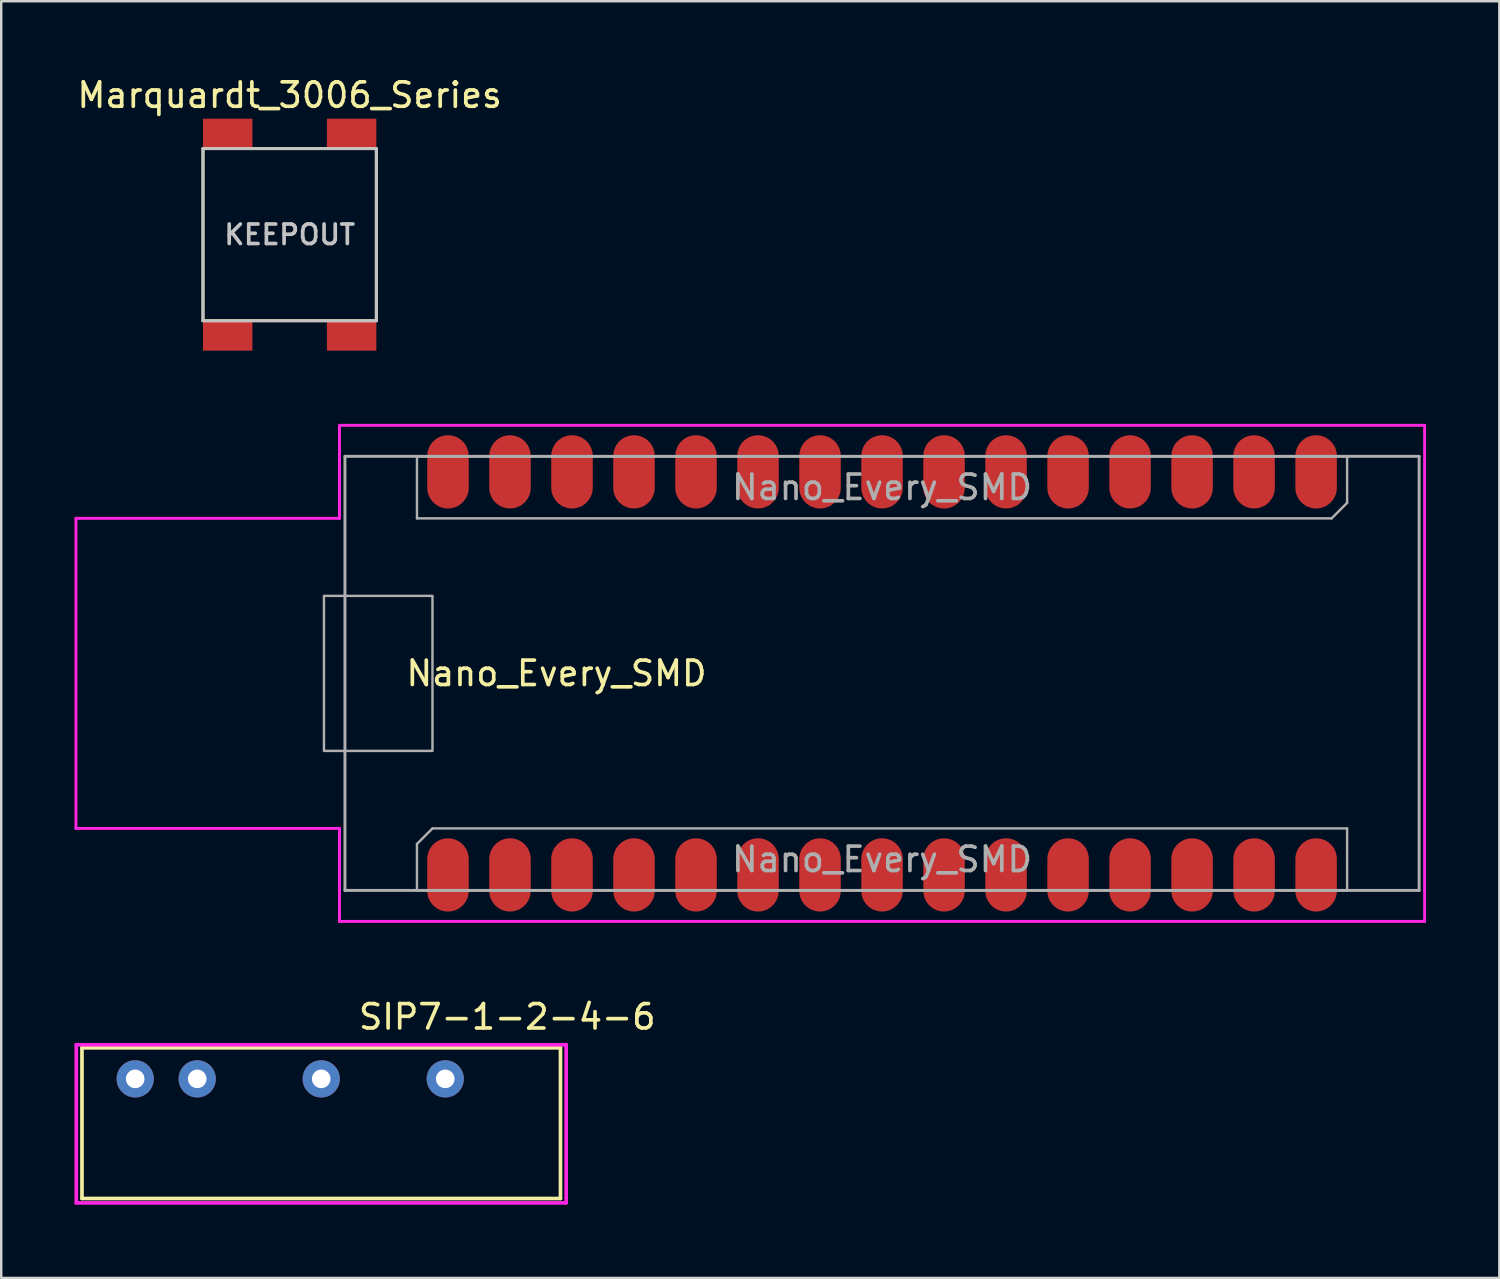
<source format=kicad_pcb>
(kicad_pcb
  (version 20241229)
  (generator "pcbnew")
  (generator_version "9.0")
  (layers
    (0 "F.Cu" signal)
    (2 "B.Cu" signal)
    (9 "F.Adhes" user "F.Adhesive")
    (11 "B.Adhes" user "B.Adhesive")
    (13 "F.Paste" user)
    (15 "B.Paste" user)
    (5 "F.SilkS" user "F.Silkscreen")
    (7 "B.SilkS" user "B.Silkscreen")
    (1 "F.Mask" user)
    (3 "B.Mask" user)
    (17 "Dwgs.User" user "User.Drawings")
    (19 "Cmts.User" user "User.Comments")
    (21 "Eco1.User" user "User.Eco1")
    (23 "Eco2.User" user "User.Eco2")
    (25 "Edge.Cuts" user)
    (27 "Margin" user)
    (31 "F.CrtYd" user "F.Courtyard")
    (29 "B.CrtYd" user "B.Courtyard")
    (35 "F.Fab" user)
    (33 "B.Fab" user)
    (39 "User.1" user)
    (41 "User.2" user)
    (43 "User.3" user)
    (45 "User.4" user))
  (footprint "Nano_Every_SMD"
    (layer "F.Cu")
    (at 33.08 24.533)
    (property "Reference" "Nano_Every_SMD" (at -13.335 0 0) (layer "F.SilkS") (effects (font (size 1 1) (thickness 0.15))))
    (attr through_hole)
    (fp_line (start -33.02 -6.35) (end -22.225 -6.35) (stroke (width 0.12) (type solid)) (layer "F.CrtYd"))
    (fp_line (start -33.02 6.35) (end -33.02 -6.35) (stroke (width 0.12) (type solid)) (layer "F.CrtYd"))
    (fp_line (start -22.225 -10.16) (end 22.225 -10.16) (stroke (width 0.12) (type solid)) (layer "F.CrtYd"))
    (fp_line (start -22.225 -6.35) (end -22.225 -10.16) (stroke (width 0.12) (type solid)) (layer "F.CrtYd"))
    (fp_line (start -22.225 6.35) (end -33.02 6.35) (stroke (width 0.12) (type solid)) (layer "F.CrtYd"))
    (fp_line (start -22.225 10.16) (end -22.225 6.35) (stroke (width 0.12) (type solid)) (layer "F.CrtYd"))
    (fp_line (start 22.225 -10.16) (end 22.225 10.16) (stroke (width 0.12) (type solid)) (layer "F.CrtYd"))
    (fp_line (start 22.225 10.16) (end -22.225 10.16) (stroke (width 0.12) (type solid)) (layer "F.CrtYd"))
    (fp_line (start -22 -8.89) (end 22 -8.89) (stroke (width 0.12) (type solid)) (layer "F.Fab"))
    (fp_line (start -22 8.89) (end -22 -8.89) (stroke (width 0.12) (type solid)) (layer "F.Fab"))
    (fp_line (start -22 8.89) (end 22 8.89) (stroke (width 0.12) (type solid)) (layer "F.Fab"))
    (fp_line (start -19.05 -8.89) (end 19.05 -8.89) (stroke (width 0.1) (type solid)) (layer "F.Fab"))
    (fp_line (start -19.05 -6.35) (end -19.05 -8.89) (stroke (width 0.1) (type solid)) (layer "F.Fab"))
    (fp_line (start -19.05 6.985) (end -18.415 6.35) (stroke (width 0.1) (type solid)) (layer "F.Fab"))
    (fp_line (start -19.05 8.89) (end -19.05 6.985) (stroke (width 0.1) (type solid)) (layer "F.Fab"))
    (fp_line (start -18.415 6.35) (end 19.05 6.35) (stroke (width 0.1) (type solid)) (layer "F.Fab"))
    (fp_line (start 18.415 -6.35) (end -19.05 -6.35) (stroke (width 0.1) (type solid)) (layer "F.Fab"))
    (fp_line (start 19.05 -8.89) (end 19.05 -6.985) (stroke (width 0.1) (type solid)) (layer "F.Fab"))
    (fp_line (start 19.05 -6.985) (end 18.415 -6.35) (stroke (width 0.1) (type solid)) (layer "F.Fab"))
    (fp_line (start 19.05 6.35) (end 19.05 8.89) (stroke (width 0.1) (type solid)) (layer "F.Fab"))
    (fp_line (start 19.05 8.89) (end -19.05 8.89) (stroke (width 0.1) (type solid)) (layer "F.Fab"))
    (fp_line (start 22 8.89) (end 22 -8.89) (stroke (width 0.12) (type solid)) (layer "F.Fab"))
    (fp_poly (pts (xy -22.86 3.175) (xy -18.415 3.175) (xy -18.415 -3.175) (xy -22.86 -3.175)) (stroke (width 0.1) (type solid)) (fill no) (layer "F.Fab"))
    (fp_text user "${REFERENCE}" (at 0 -7.62 0) (layer "F.Fab") (effects (font (size 1 1) (thickness 0.15))))
    (fp_text user "${REFERENCE}" (at 0 7.62 180) (layer "F.Fab") (effects (font (size 1 1) (thickness 0.15))))
    (pad "1" smd oval (at -17.78 8.255 90) (size 3 1.7) (layers "F.Cu" "F.Mask"))
    (pad "2" smd oval (at -15.24 8.255 90) (size 3 1.7) (layers "F.Cu" "F.Mask"))
    (pad "3" smd oval (at -12.7 8.255 90) (size 3 1.7) (layers "F.Cu" "F.Mask"))
    (pad "4" smd oval (at -10.16 8.255 90) (size 3 1.7) (layers "F.Cu" "F.Mask"))
    (pad "5" smd oval (at -7.62 8.255 90) (size 3 1.7) (layers "F.Cu" "F.Mask"))
    (pad "6" smd oval (at -5.08 8.255 90) (size 3 1.7) (layers "F.Cu" "F.Mask"))
    (pad "7" smd oval (at -2.54 8.255 90) (size 3 1.7) (layers "F.Cu" "F.Mask"))
    (pad "8" smd oval (at 0 8.255 90) (size 3 1.7) (layers "F.Cu" "F.Mask"))
    (pad "9" smd oval (at 2.54 8.255 90) (size 3 1.7) (layers "F.Cu" "F.Mask"))
    (pad "10" smd oval (at 5.08 8.255 90) (size 3 1.7) (layers "F.Cu" "F.Mask"))
    (pad "11" smd oval (at 7.62 8.255 90) (size 3 1.7) (layers "F.Cu" "F.Mask"))
    (pad "12" smd oval (at 10.16 8.255 90) (size 3 1.7) (layers "F.Cu" "F.Mask"))
    (pad "13" smd oval (at 12.7 8.255 90) (size 3 1.7) (layers "F.Cu" "F.Mask"))
    (pad "14" smd oval (at 15.24 8.255 90) (size 3 1.7) (layers "F.Cu" "F.Mask"))
    (pad "15" smd oval (at 17.78 8.255 90) (size 3 1.7) (layers "F.Cu" "F.Mask"))
    (pad "16" smd oval (at 17.78 -8.255 270) (size 3 1.7) (layers "F.Cu" "F.Mask"))
    (pad "17" smd oval (at 15.24 -8.255 270) (size 3 1.7) (layers "F.Cu" "F.Mask"))
    (pad "18" smd oval (at 12.7 -8.255 270) (size 3 1.7) (layers "F.Cu" "F.Mask"))
    (pad "19" smd oval (at 10.16 -8.255 270) (size 3 1.7) (layers "F.Cu" "F.Mask"))
    (pad "20" smd oval (at 7.62 -8.255 270) (size 3 1.7) (layers "F.Cu" "F.Mask"))
    (pad "21" smd oval (at 5.08 -8.255 270) (size 3 1.7) (layers "F.Cu" "F.Mask"))
    (pad "22" smd oval (at 2.54 -8.255 270) (size 3 1.7) (layers "F.Cu" "F.Mask"))
    (pad "23" smd oval (at 0 -8.255 270) (size 3 1.7) (layers "F.Cu" "F.Mask"))
    (pad "24" smd oval (at -2.54 -8.255 270) (size 3 1.7) (layers "F.Cu" "F.Mask"))
    (pad "25" smd oval (at -5.08 -8.255 270) (size 3 1.7) (layers "F.Cu" "F.Mask"))
    (pad "26" smd oval (at -7.62 -8.255 270) (size 3 1.7) (layers "F.Cu" "F.Mask"))
    (pad "27" smd oval (at -10.16 -8.255 270) (size 3 1.7) (layers "F.Cu" "F.Mask"))
    (pad "28" smd oval (at -12.7 -8.255 270) (size 3 1.7) (layers "F.Cu" "F.Mask"))
    (pad "29" smd oval (at -15.24 -8.255 270) (size 3 1.7) (layers "F.Cu" "F.Mask"))
    (pad "30" smd oval (at -17.78 -8.255 270) (size 3 1.7) (layers "F.Cu" "F.Mask")))
  (footprint "SIP7-1-2-4-6"
    (layer "F.Cu")
    (at 10.108 41.142)
    (property "Reference" "SIP7-1-2-4-6" (at 7.62 -2.54 0) (layer "F.SilkS") (effects (font (size 1 1) (thickness 0.15))))
    (attr through_hole)
    (fp_line (start -9.8 -1.27) (end 9.8 -1.27) (stroke (width 0.15) (type solid)) (layer "F.SilkS"))
    (fp_line (start -9.8 4.9) (end -9.8 -1.27) (stroke (width 0.15) (type solid)) (layer "F.SilkS"))
    (fp_line (start -9.8 4.9) (end 9.8 4.9) (stroke (width 0.15) (type solid)) (layer "F.SilkS"))
    (fp_line (start 9.8 4.9) (end 9.8 -1.27) (stroke (width 0.15) (type solid)) (layer "F.SilkS"))
    (fp_line (start -10.033 -1.397) (end -10.033 5.08) (stroke (width 0.15) (type solid)) (layer "F.CrtYd"))
    (fp_line (start -10.033 5.08) (end 10.033 5.08) (stroke (width 0.15) (type solid)) (layer "F.CrtYd"))
    (fp_line (start 10.033 -1.397) (end -10.033 -1.397) (stroke (width 0.15) (type solid)) (layer "F.CrtYd"))
    (fp_line (start 10.033 5.08) (end 10.033 -1.397) (stroke (width 0.15) (type solid)) (layer "F.CrtYd"))
    (pad "1" thru_hole circle (at -7.62 0) (size 1.524 1.524) (drill 0.762) (layers "*.Cu" "*.Mask"))
    (pad "2" thru_hole circle (at -5.08 0) (size 1.524 1.524) (drill 0.762) (layers "*.Cu" "*.Mask"))
    (pad "4" thru_hole circle (at 0 0) (size 1.524 1.524) (drill 0.762) (layers "*.Cu" "*.Mask"))
    (pad "6" thru_hole circle (at 5.08 0) (size 1.524 1.524) (drill 0.762) (layers "*.Cu" "*.Mask")))
  (footprint "Marquardt_3006_Series"
    (layer "F.Cu")
    (at 8.815 6.563)
    (property "Reference" "Marquardt_3006_Series" (at 0 -5.715 0) (layer "F.SilkS") (effects (font (size 1 1) (thickness 0.15))))
    (attr through_hole)
    (fp_line (start -3.55 -3.525) (end 3.55 -3.525) (stroke (width 0.12) (type solid)) (layer "F.SilkS"))
    (fp_line (start -3.55 3.525) (end -3.55 -3.525) (stroke (width 0.12) (type solid)) (layer "F.SilkS"))
    (fp_line (start 3.55 -3.525) (end 3.55 3.525) (stroke (width 0.12) (type solid)) (layer "F.SilkS"))
    (fp_line (start 3.55 3.525) (end -3.55 3.525) (stroke (width 0.12) (type solid)) (layer "F.SilkS"))
    (fp_line (start -3.55 -3.525) (end 3.55 -3.525) (stroke (width 0.12) (type solid)) (layer "Dwgs.User"))
    (fp_line (start -3.55 3.525) (end -3.55 -3.525) (stroke (width 0.12) (type solid)) (layer "Dwgs.User"))
    (fp_line (start 3.55 -3.525) (end 3.55 3.525) (stroke (width 0.12) (type solid)) (layer "Dwgs.User"))
    (fp_line (start 3.55 3.525) (end -3.55 3.525) (stroke (width 0.12) (type solid)) (layer "Dwgs.User"))
    (fp_text user "KEEPOUT" (at 0 0 0) (layer "Dwgs.User") (effects (font (size 0.8 0.8) (thickness 0.15))))
    (pad "1" smd rect (at 2.538 4.138) (size 2.025 1.225) (layers "F.Cu" "F.Mask" "F.Paste"))
    (pad "2" smd rect (at -2.538 -4.138) (size 2.025 1.225) (layers "F.Cu" "F.Mask" "F.Paste"))
    (pad "3" smd rect (at 2.538 -4.138) (size 2.025 1.225) (layers "F.Cu" "F.Mask" "F.Paste"))
    (pad "4" smd rect (at -2.538 4.138) (size 2.025 1.225) (layers "F.Cu" "F.Mask" "F.Paste")))
  (gr_rect
    (start -3 -3)
    (end 58.365 49.297)
    (stroke (width 0.1) (type default))
    (fill no)
    (layer "Edge.Cuts")))
</source>
